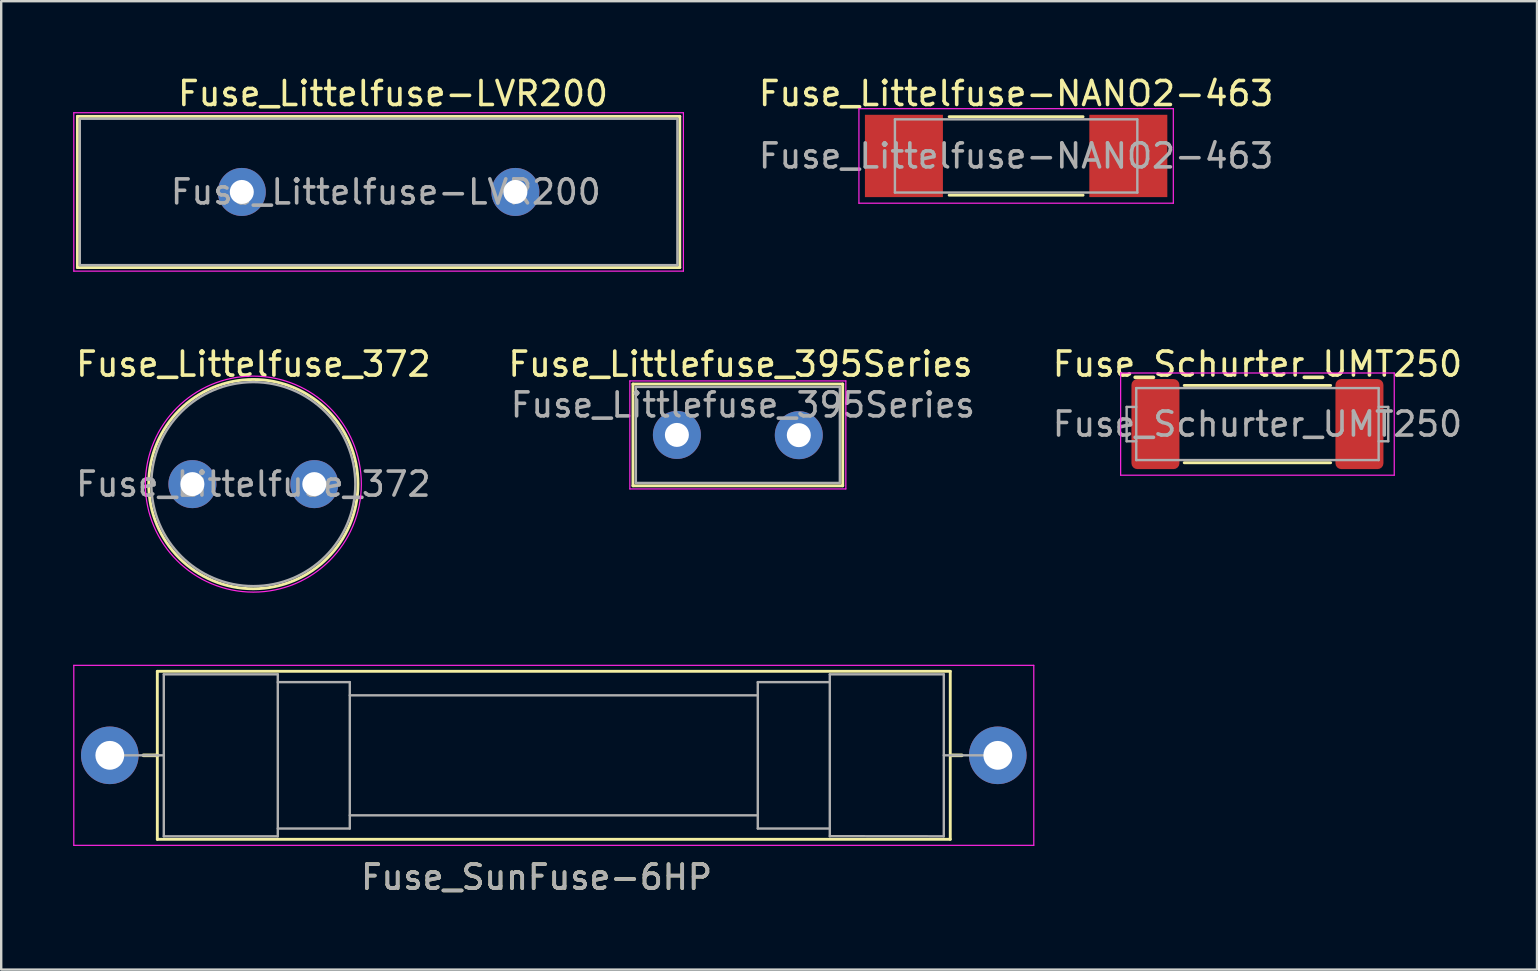
<source format=kicad_pcb>
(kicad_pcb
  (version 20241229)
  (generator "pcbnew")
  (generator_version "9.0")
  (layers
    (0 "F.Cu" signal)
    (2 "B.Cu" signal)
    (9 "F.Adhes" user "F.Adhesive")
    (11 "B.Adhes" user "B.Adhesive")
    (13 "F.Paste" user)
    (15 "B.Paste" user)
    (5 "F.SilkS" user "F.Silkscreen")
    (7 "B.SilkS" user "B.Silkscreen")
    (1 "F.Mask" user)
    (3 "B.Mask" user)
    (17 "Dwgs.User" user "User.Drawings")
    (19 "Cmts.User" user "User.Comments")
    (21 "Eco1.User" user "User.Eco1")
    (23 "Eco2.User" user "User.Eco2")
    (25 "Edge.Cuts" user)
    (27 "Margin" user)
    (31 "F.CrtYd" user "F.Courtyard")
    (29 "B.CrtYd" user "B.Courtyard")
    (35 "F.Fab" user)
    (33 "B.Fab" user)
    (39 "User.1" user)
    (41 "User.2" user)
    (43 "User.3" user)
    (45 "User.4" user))
  (footprint "Fuse_Schurter_UMT250"
    (layer "F.Cu")
    (at 49.344 14.621)
    (property "Reference" "Fuse_Schurter_UMT250" (at 0 -2.5 0) (layer "F.SilkS") (effects (font (size 1 1) (thickness 0.15))))
    (attr smd)
    (fp_line (start -3.05 -1.61) (end 3.05 -1.61) (stroke (width 0.12) (type solid)) (layer "F.SilkS"))
    (fp_line (start -3.05 1.61) (end 3.05 1.61) (stroke (width 0.12) (type solid)) (layer "F.SilkS"))
    (fp_line (start -5.7 -2.13) (end 5.7 -2.13) (stroke (width 0.05) (type solid)) (layer "F.CrtYd"))
    (fp_line (start -5.7 2.13) (end -5.7 -2.13) (stroke (width 0.05) (type solid)) (layer "F.CrtYd"))
    (fp_line (start 5.7 -2.13) (end 5.7 2.13) (stroke (width 0.05) (type solid)) (layer "F.CrtYd"))
    (fp_line (start 5.7 2.13) (end -5.7 2.13) (stroke (width 0.05) (type solid)) (layer "F.CrtYd"))
    (fp_line (start -5.45 0.715) (end -5.45 -0.715) (stroke (width 0.1) (type solid)) (layer "F.Fab"))
    (fp_line (start -5.05 -1.5) (end 5.05 -1.5) (stroke (width 0.1) (type solid)) (layer "F.Fab"))
    (fp_line (start -5.05 -0.715) (end -5.45 -0.715) (stroke (width 0.1) (type solid)) (layer "F.Fab"))
    (fp_line (start -5.05 0.715) (end -5.45 0.715) (stroke (width 0.1) (type solid)) (layer "F.Fab"))
    (fp_line (start -5.05 1.5) (end -5.05 -1.5) (stroke (width 0.1) (type solid)) (layer "F.Fab"))
    (fp_line (start 5.05 -1.5) (end 5.05 1.5) (stroke (width 0.1) (type solid)) (layer "F.Fab"))
    (fp_line (start 5.05 -0.715) (end 5.45 -0.715) (stroke (width 0.1) (type solid)) (layer "F.Fab"))
    (fp_line (start 5.05 0.715) (end 5.45 0.715) (stroke (width 0.1) (type solid)) (layer "F.Fab"))
    (fp_line (start 5.05 1.5) (end -5.05 1.5) (stroke (width 0.1) (type solid)) (layer "F.Fab"))
    (fp_line (start 5.45 -0.715) (end 5.45 0.715) (stroke (width 0.1) (type solid)) (layer "F.Fab"))
    (fp_text user "${REFERENCE}" (at 0 0 0) (layer "F.Fab") (effects (font (size 1 1) (thickness 0.15))))
    (pad "1" smd roundrect (at -4.25 0) (size 2 3.75) (layers "F.Cu" "F.Mask" "F.Paste") (roundrect_rratio 0.122))
    (pad "2" smd roundrect (at 4.25 0) (size 2 3.75) (layers "F.Cu" "F.Mask" "F.Paste") (roundrect_rratio 0.122)))
  (footprint "Fuse_Littelfuse_372"
    (layer "F.Cu")
    (at 4.966 17.122)
    (property "Reference" "Fuse_Littelfuse_372" (at 2.54 -5 0) (layer "F.SilkS") (effects (font (size 1 1) (thickness 0.15))))
    (attr through_hole)
    (fp_circle (center 2.54 0) (end 6.9 0) (stroke (width 0.12) (type solid)) (fill no) (layer "F.SilkS"))
    (fp_circle (center 2.54 0) (end 7.04 0) (stroke (width 0.05) (type solid)) (fill no) (layer "F.CrtYd"))
    (fp_circle (center 2.54 0) (end 6.79 0) (stroke (width 0.1) (type solid)) (fill no) (layer "F.Fab"))
    (fp_text user "${REFERENCE}" (at 2.54 0 0) (layer "F.Fab") (effects (font (size 1 1) (thickness 0.15))))
    (pad "1" thru_hole circle (at 0 0) (size 2 2) (drill 1) (layers "*.Cu" "*.Mask"))
    (pad "2" thru_hole circle (at 5.08 0) (size 2 2) (drill 1) (layers "*.Cu" "*.Mask")))
  (footprint "Fuse_Littelfuse-LVR200"
    (layer "F.Cu")
    (at 7.025 4.948)
    (property "Reference" "Fuse_Littelfuse-LVR200" (at 6.3 -4.1 0) (layer "F.SilkS") (effects (font (size 1 1) (thickness 0.15))))
    (attr through_hole)
    (fp_line (start -6.85 -3.15) (end -6.85 3.15) (stroke (width 0.12) (type solid)) (layer "F.SilkS"))
    (fp_line (start -6.85 -3.15) (end 18.25 -3.15) (stroke (width 0.12) (type solid)) (layer "F.SilkS"))
    (fp_line (start 18.25 3.15) (end -6.85 3.15) (stroke (width 0.12) (type solid)) (layer "F.SilkS"))
    (fp_line (start 18.25 3.15) (end 18.25 -3.15) (stroke (width 0.12) (type solid)) (layer "F.SilkS"))
    (fp_line (start -7 -3.3) (end -7 3.3) (stroke (width 0.05) (type solid)) (layer "F.CrtYd"))
    (fp_line (start -7 -3.3) (end 18.4 -3.3) (stroke (width 0.05) (type solid)) (layer "F.CrtYd"))
    (fp_line (start 18.4 3.3) (end -7 3.3) (stroke (width 0.05) (type solid)) (layer "F.CrtYd"))
    (fp_line (start 18.4 3.3) (end 18.4 -3.3) (stroke (width 0.05) (type solid)) (layer "F.CrtYd"))
    (fp_line (start -6.75 -3.05) (end -6.75 3.05) (stroke (width 0.1) (type solid)) (layer "F.Fab"))
    (fp_line (start -6.75 3.05) (end 18.15 3.05) (stroke (width 0.1) (type solid)) (layer "F.Fab"))
    (fp_line (start 18.15 -3.05) (end -6.75 -3.05) (stroke (width 0.1) (type solid)) (layer "F.Fab"))
    (fp_line (start 18.15 3.05) (end 18.15 -3.05) (stroke (width 0.1) (type solid)) (layer "F.Fab"))
    (fp_text user "${REFERENCE}" (at 6 0 0) (layer "F.Fab") (effects (font (size 1 1) (thickness 0.15))))
    (pad "1" thru_hole circle (at 0 0) (size 2 2) (drill 1) (layers "*.Cu" "*.Mask"))
    (pad "2" thru_hole circle (at 11.4 0) (size 2 2) (drill 1) (layers "*.Cu" "*.Mask")))
  (footprint "Fuse_SunFuse-6HP"
    (layer "F.Cu")
    (at 1.525 28.422)
    (property "Reference" "Fuse_SunFuse-6HP" (at 17.78 5.08 0) (layer "F.SilkS") (effects (font (size 1 1) (thickness 0.15))))
    (attr through_hole)
    (fp_line (start 1.4 0) (end 2 0) (stroke (width 0.15) (type solid)) (layer "F.SilkS"))
    (fp_line (start 1.98 -3.5) (end 1.98 3.5) (stroke (width 0.12) (type solid)) (layer "F.SilkS"))
    (fp_line (start 1.98 -3.5) (end 35.02 -3.5) (stroke (width 0.12) (type solid)) (layer "F.SilkS"))
    (fp_line (start 1.98 3.5) (end 35.02 3.5) (stroke (width 0.12) (type solid)) (layer "F.SilkS"))
    (fp_line (start 35.02 3.5) (end 35.02 -3.5) (stroke (width 0.12) (type solid)) (layer "F.SilkS"))
    (fp_line (start 35.1 0) (end 35.5 0) (stroke (width 0.15) (type solid)) (layer "F.SilkS"))
    (fp_line (start -1.5 -3.75) (end -1.5 3.75) (stroke (width 0.05) (type solid)) (layer "F.CrtYd"))
    (fp_line (start -1.5 -3.75) (end 38.5 -3.75) (stroke (width 0.05) (type solid)) (layer "F.CrtYd"))
    (fp_line (start -1.5 3.75) (end 38.5 3.75) (stroke (width 0.05) (type solid)) (layer "F.CrtYd"))
    (fp_line (start 38.5 3.75) (end 38.5 -3.75) (stroke (width 0.05) (type solid)) (layer "F.CrtYd"))
    (fp_line (start 0 0) (end 2.25 0) (stroke (width 0.1) (type solid)) (layer "F.Fab"))
    (fp_line (start 2.25 -3.375) (end 2.25 3.375) (stroke (width 0.1) (type solid)) (layer "F.Fab"))
    (fp_line (start 2.25 -3.375) (end 7 -3.375) (stroke (width 0.1) (type solid)) (layer "F.Fab"))
    (fp_line (start 2.25 3.375) (end 7 3.375) (stroke (width 0.1) (type solid)) (layer "F.Fab"))
    (fp_line (start 7 -3.375) (end 7 3.375) (stroke (width 0.1) (type solid)) (layer "F.Fab"))
    (fp_line (start 7 -3.05) (end 10 -3.05) (stroke (width 0.1) (type solid)) (layer "F.Fab"))
    (fp_line (start 7 3.05) (end 10 3.05) (stroke (width 0.1) (type solid)) (layer "F.Fab"))
    (fp_line (start 10 -2.5) (end 27 -2.5) (stroke (width 0.1) (type solid)) (layer "F.Fab"))
    (fp_line (start 10 2.5) (end 27 2.5) (stroke (width 0.1) (type solid)) (layer "F.Fab"))
    (fp_line (start 10 3.05) (end 10 -3.05) (stroke (width 0.1) (type solid)) (layer "F.Fab"))
    (fp_line (start 27 -3.05) (end 30 -3.05) (stroke (width 0.1) (type solid)) (layer "F.Fab"))
    (fp_line (start 27 3.05) (end 27 -3.05) (stroke (width 0.1) (type solid)) (layer "F.Fab"))
    (fp_line (start 27 3.05) (end 30 3.05) (stroke (width 0.1) (type solid)) (layer "F.Fab"))
    (fp_line (start 30 -3.375) (end 30 3.375) (stroke (width 0.1) (type solid)) (layer "F.Fab"))
    (fp_line (start 30 -3.375) (end 34.75 -3.375) (stroke (width 0.1) (type solid)) (layer "F.Fab"))
    (fp_line (start 30 3.37) (end 34.75 3.375) (stroke (width 0.1) (type solid)) (layer "F.Fab"))
    (fp_line (start 34.75 -3.375) (end 34.75 3.375) (stroke (width 0.1) (type solid)) (layer "F.Fab"))
    (fp_line (start 34.75 0) (end 37 0) (stroke (width 0.1) (type solid)) (layer "F.Fab"))
    (fp_text user "${REFERENCE}" (at 17.78 5.08 0) (layer "F.Fab") (effects (font (size 1 1) (thickness 0.15))))
    (pad "1" thru_hole circle (at 0 0) (size 2.4 2.4) (drill 1.2) (layers "*.Cu" "*.Mask"))
    (pad "2" thru_hole circle (at 37 0) (size 2.4 2.4) (drill 1.2) (layers "*.Cu" "*.Mask")))
  (footprint "Fuse_Littlefuse_395Series"
    (layer "F.Cu")
    (at 25.154 15.072)
    (property "Reference" "Fuse_Littlefuse_395Series" (at 2.65 -2.95 0) (layer "F.SilkS") (effects (font (size 1 1) (thickness 0.15))))
    (attr through_hole)
    (fp_line (start -1.83 -2.12) (end -1.83 2.12) (stroke (width 0.12) (type solid)) (layer "F.SilkS"))
    (fp_line (start -1.83 -2.12) (end 6.91 -2.12) (stroke (width 0.12) (type solid)) (layer "F.SilkS"))
    (fp_line (start 6.91 2.12) (end -1.83 2.12) (stroke (width 0.12) (type solid)) (layer "F.SilkS"))
    (fp_line (start 6.91 2.12) (end 6.91 -2.12) (stroke (width 0.12) (type solid)) (layer "F.SilkS"))
    (fp_line (start -1.96 -2.25) (end -1.96 2.25) (stroke (width 0.05) (type solid)) (layer "F.CrtYd"))
    (fp_line (start -1.96 -2.25) (end 7.04 -2.25) (stroke (width 0.05) (type solid)) (layer "F.CrtYd"))
    (fp_line (start 7.04 2.25) (end -1.96 2.25) (stroke (width 0.05) (type solid)) (layer "F.CrtYd"))
    (fp_line (start 7.04 2.25) (end 7.04 -2.25) (stroke (width 0.05) (type solid)) (layer "F.CrtYd"))
    (fp_line (start -1.71 -2) (end -1.71 2) (stroke (width 0.1) (type solid)) (layer "F.Fab"))
    (fp_line (start -1.71 2) (end 6.79 2) (stroke (width 0.1) (type solid)) (layer "F.Fab"))
    (fp_line (start 6.79 -2) (end -1.71 -2) (stroke (width 0.1) (type solid)) (layer "F.Fab"))
    (fp_line (start 6.79 2) (end 6.79 -2) (stroke (width 0.1) (type solid)) (layer "F.Fab"))
    (fp_text user "${REFERENCE}" (at 2.75 -1.25 0) (layer "F.Fab") (effects (font (size 1 1) (thickness 0.15))))
    (pad "1" thru_hole circle (at 0 0) (size 2 2) (drill 1) (layers "*.Cu" "*.Mask"))
    (pad "2" thru_hole circle (at 5.08 0.01) (size 2 2) (drill 1) (layers "*.Cu" "*.Mask")))
  (footprint "Fuse_Littelfuse-NANO2-463"
    (layer "F.Cu")
    (at 39.289 3.448)
    (property "Reference" "Fuse_Littelfuse-NANO2-463" (at 0 -2.6 0) (unlocked yes) (layer "F.SilkS") (effects (font (size 1 1) (thickness 0.15))))
    (attr smd)
    (fp_line (start -2.79 -1.635) (end 2.79 -1.635) (stroke (width 0.12) (type solid)) (layer "F.SilkS"))
    (fp_line (start -2.79 1.635) (end 2.79 1.635) (stroke (width 0.12) (type solid)) (layer "F.SilkS"))
    (fp_line (start -6.55 -1.97) (end -6.55 1.97) (stroke (width 0.05) (type solid)) (layer "F.CrtYd"))
    (fp_line (start -6.55 -1.97) (end 6.55 -1.97) (stroke (width 0.05) (type solid)) (layer "F.CrtYd"))
    (fp_line (start -6.55 1.97) (end 6.55 1.97) (stroke (width 0.05) (type solid)) (layer "F.CrtYd"))
    (fp_line (start 6.55 -1.97) (end 6.55 1.97) (stroke (width 0.05) (type solid)) (layer "F.CrtYd"))
    (fp_line (start -5.05 -1.525) (end -5.05 1.525) (stroke (width 0.1) (type solid)) (layer "F.Fab"))
    (fp_line (start -5.05 -1.525) (end 5.05 -1.525) (stroke (width 0.1) (type solid)) (layer "F.Fab"))
    (fp_line (start -5.05 1.525) (end 5.05 1.525) (stroke (width 0.1) (type solid)) (layer "F.Fab"))
    (fp_line (start 5.05 1.525) (end 5.05 -1.525) (stroke (width 0.1) (type solid)) (layer "F.Fab"))
    (fp_text user "${REFERENCE}" (at 0 0 0) (layer "F.Fab") (effects (font (size 1 1) (thickness 0.15))))
    (pad "1" smd rect (at -4.675 0) (size 3.25 3.43) (layers "F.Cu" "F.Mask" "F.Paste"))
    (pad "2" smd rect (at 4.675 0) (size 3.25 3.43) (layers "F.Cu" "F.Mask" "F.Paste")))
  (gr_rect
    (start -3 -3)
    (end 60.993 37.35)
    (stroke (width 0.1) (type default))
    (fill no)
    (layer "Edge.Cuts")))
</source>
